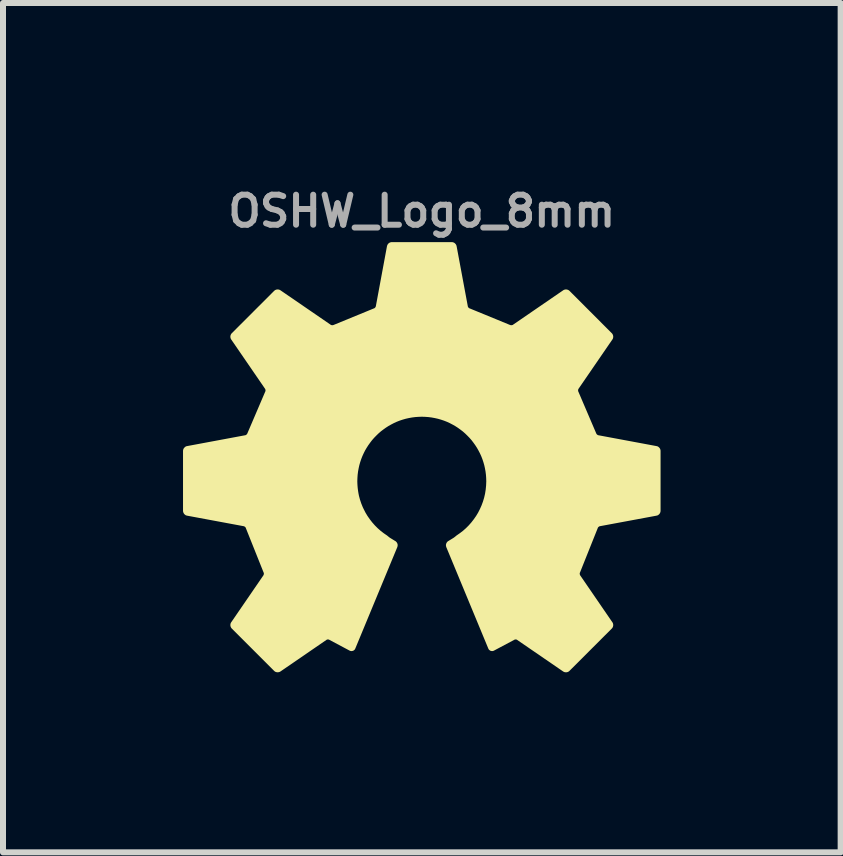
<source format=kicad_pcb>
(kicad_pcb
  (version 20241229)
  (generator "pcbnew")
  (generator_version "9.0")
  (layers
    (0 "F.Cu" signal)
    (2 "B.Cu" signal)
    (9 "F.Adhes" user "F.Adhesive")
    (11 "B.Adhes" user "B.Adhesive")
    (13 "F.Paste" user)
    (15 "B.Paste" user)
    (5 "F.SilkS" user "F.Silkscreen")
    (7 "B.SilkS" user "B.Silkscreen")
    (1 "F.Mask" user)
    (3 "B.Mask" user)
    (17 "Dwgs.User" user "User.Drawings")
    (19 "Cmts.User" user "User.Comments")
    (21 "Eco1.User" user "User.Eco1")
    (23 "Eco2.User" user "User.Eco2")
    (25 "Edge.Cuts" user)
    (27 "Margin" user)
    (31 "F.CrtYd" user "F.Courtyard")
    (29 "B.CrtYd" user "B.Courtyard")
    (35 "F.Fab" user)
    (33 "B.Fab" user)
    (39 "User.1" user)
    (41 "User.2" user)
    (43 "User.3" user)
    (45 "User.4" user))
  (footprint "OSHW_Logo_8mm"
    (layer "F.Cu")
    (at 3.978 4.968)
    (property "Reference" "OSHW_Logo_8mm" (at 0 -4.5 180) (layer "F.Fab") (effects (font (size 0.5 0.5) (thickness 0.1))))
    (attr board_only exclude_from_pos_files exclude_from_bom)
    (fp_poly (pts (xy 0.501 -3.954) (xy 0.504 -3.954) (xy 0.506 -3.954) (xy 0.508 -3.954) (xy 0.51 -3.953) (xy 0.512 -3.952) (xy 0.515 -3.952) (xy 0.517 -3.951) (xy 0.519 -3.95) (xy 0.521 -3.949) (xy 0.523 -3.948) (xy 0.525 -3.947) (xy 0.527 -3.946) (xy 0.529 -3.945) (xy 0.531 -3.943) (xy 0.532 -3.942) (xy 0.534 -3.94) (xy 0.536 -3.939) (xy 0.537 -3.937) (xy 0.539 -3.935) (xy 0.54 -3.934) (xy 0.542 -3.932) (xy 0.543 -3.93) (xy 0.544 -3.928) (xy 0.545 -3.926) (xy 0.547 -3.924) (xy 0.547 -3.922) (xy 0.548 -3.92) (xy 0.549 -3.918) (xy 0.55 -3.916) (xy 0.55 -3.914) (xy 0.551 -3.911) (xy 0.738 -2.908) (xy 0.738 -2.906) (xy 0.739 -2.904) (xy 0.74 -2.899) (xy 0.742 -2.895) (xy 0.744 -2.891) (xy 0.746 -2.886) (xy 0.749 -2.882) (xy 0.752 -2.878) (xy 0.755 -2.874) (xy 0.759 -2.87) (xy 0.763 -2.867) (xy 0.766 -2.863) (xy 0.77 -2.86) (xy 0.774 -2.858) (xy 0.779 -2.855) (xy 0.781 -2.854) (xy 0.783 -2.853) (xy 0.785 -2.852) (xy 0.787 -2.852) (xy 1.459 -2.576) (xy 1.463 -2.575) (xy 1.468 -2.573) (xy 1.473 -2.572) (xy 1.477 -2.571) (xy 1.482 -2.57) (xy 1.487 -2.57) (xy 1.492 -2.57) (xy 1.498 -2.57) (xy 1.503 -2.571) (xy 1.508 -2.571) (xy 1.513 -2.572) (xy 1.518 -2.574) (xy 1.522 -2.575) (xy 1.527 -2.577) (xy 1.531 -2.579) (xy 1.535 -2.582) (xy 2.373 -3.157) (xy 2.374 -3.158) (xy 2.376 -3.159) (xy 2.378 -3.16) (xy 2.38 -3.161) (xy 2.383 -3.162) (xy 2.385 -3.163) (xy 2.387 -3.164) (xy 2.389 -3.164) (xy 2.391 -3.165) (xy 2.393 -3.165) (xy 2.398 -3.165) (xy 2.403 -3.166) (xy 2.407 -3.165) (xy 2.412 -3.165) (xy 2.416 -3.164) (xy 2.42 -3.162) (xy 2.423 -3.162) (xy 2.425 -3.161) (xy 2.427 -3.16) (xy 2.429 -3.159) (xy 2.431 -3.158) (xy 2.433 -3.156) (xy 2.434 -3.155) (xy 2.436 -3.154) (xy 2.438 -3.152) (xy 2.44 -3.151) (xy 3.145 -2.445) (xy 3.147 -2.443) (xy 3.148 -2.442) (xy 3.15 -2.44) (xy 3.151 -2.438) (xy 3.152 -2.436) (xy 3.153 -2.434) (xy 3.155 -2.43) (xy 3.157 -2.426) (xy 3.158 -2.422) (xy 3.159 -2.417) (xy 3.16 -2.413) (xy 3.16 -2.408) (xy 3.16 -2.403) (xy 3.159 -2.399) (xy 3.159 -2.394) (xy 3.157 -2.39) (xy 3.157 -2.388) (xy 3.156 -2.386) (xy 3.155 -2.384) (xy 3.154 -2.382) (xy 3.153 -2.38) (xy 3.151 -2.378) (xy 2.586 -1.555) (xy 2.584 -1.551) (xy 2.582 -1.547) (xy 2.58 -1.542) (xy 2.578 -1.537) (xy 2.577 -1.533) (xy 2.576 -1.528) (xy 2.575 -1.523) (xy 2.575 -1.518) (xy 2.575 -1.513) (xy 2.575 -1.507) (xy 2.575 -1.502) (xy 2.576 -1.498) (xy 2.577 -1.493) (xy 2.578 -1.488) (xy 2.58 -1.484) (xy 2.582 -1.48) (xy 2.879 -0.786) (xy 2.881 -0.782) (xy 2.883 -0.778) (xy 2.885 -0.774) (xy 2.888 -0.769) (xy 2.891 -0.765) (xy 2.894 -0.762) (xy 2.898 -0.758) (xy 2.902 -0.755) (xy 2.906 -0.751) (xy 2.91 -0.748) (xy 2.914 -0.746) (xy 2.919 -0.743) (xy 2.923 -0.741) (xy 2.927 -0.739) (xy 2.932 -0.738) (xy 2.936 -0.737) (xy 3.906 -0.556) (xy 3.906 -0.556) (xy 3.908 -0.556) (xy 3.91 -0.555) (xy 3.913 -0.555) (xy 3.915 -0.554) (xy 3.917 -0.553) (xy 3.919 -0.552) (xy 3.921 -0.551) (xy 3.923 -0.55) (xy 3.926 -0.547) (xy 3.93 -0.544) (xy 3.933 -0.541) (xy 3.936 -0.538) (xy 3.939 -0.534) (xy 3.942 -0.53) (xy 3.944 -0.526) (xy 3.945 -0.524) (xy 3.946 -0.522) (xy 3.946 -0.52) (xy 3.947 -0.518) (xy 3.948 -0.516) (xy 3.948 -0.514) (xy 3.948 -0.511) (xy 3.949 -0.509) (xy 3.949 -0.507) (xy 3.949 -0.505) (xy 3.949 0.493) (xy 3.949 0.496) (xy 3.949 0.498) (xy 3.948 0.5) (xy 3.948 0.502) (xy 3.947 0.505) (xy 3.947 0.507) (xy 3.946 0.509) (xy 3.945 0.511) (xy 3.945 0.513) (xy 3.944 0.515) (xy 3.943 0.517) (xy 3.941 0.519) (xy 3.94 0.521) (xy 3.939 0.523) (xy 3.938 0.525) (xy 3.936 0.527) (xy 3.935 0.528) (xy 3.933 0.53) (xy 3.931 0.532) (xy 3.93 0.533) (xy 3.928 0.535) (xy 3.926 0.536) (xy 3.924 0.537) (xy 3.922 0.539) (xy 3.921 0.54) (xy 3.919 0.541) (xy 3.916 0.542) (xy 3.914 0.543) (xy 3.912 0.544) (xy 3.91 0.544) (xy 3.908 0.545) (xy 3.906 0.545) (xy 2.96 0.721) (xy 2.958 0.722) (xy 2.955 0.722) (xy 2.953 0.723) (xy 2.951 0.724) (xy 2.947 0.725) (xy 2.942 0.728) (xy 2.938 0.73) (xy 2.934 0.733) (xy 2.93 0.736) (xy 2.926 0.739) (xy 2.922 0.743) (xy 2.918 0.746) (xy 2.915 0.75) (xy 2.912 0.754) (xy 2.91 0.758) (xy 2.907 0.762) (xy 2.905 0.767) (xy 2.905 0.769) (xy 2.904 0.771) (xy 2.609 1.509) (xy 2.607 1.513) (xy 2.605 1.517) (xy 2.604 1.522) (xy 2.603 1.527) (xy 2.602 1.532) (xy 2.602 1.537) (xy 2.602 1.542) (xy 2.602 1.547) (xy 2.603 1.552) (xy 2.604 1.557) (xy 2.605 1.562) (xy 2.606 1.567) (xy 2.608 1.571) (xy 2.609 1.576) (xy 2.612 1.58) (xy 2.614 1.584) (xy 3.151 2.367) (xy 3.153 2.369) (xy 3.154 2.371) (xy 3.155 2.373) (xy 3.156 2.375) (xy 3.157 2.377) (xy 3.157 2.379) (xy 3.158 2.381) (xy 3.159 2.383) (xy 3.159 2.386) (xy 3.159 2.388) (xy 3.16 2.392) (xy 3.16 2.397) (xy 3.16 2.401) (xy 3.159 2.406) (xy 3.158 2.41) (xy 3.157 2.415) (xy 3.156 2.417) (xy 3.155 2.419) (xy 3.154 2.421) (xy 3.153 2.423) (xy 3.152 2.425) (xy 3.151 2.427) (xy 3.15 2.429) (xy 3.148 2.431) (xy 3.147 2.432) (xy 3.145 2.434) (xy 2.439 3.14) (xy 2.438 3.141) (xy 2.436 3.143) (xy 2.434 3.144) (xy 2.432 3.145) (xy 2.431 3.147) (xy 2.429 3.148) (xy 2.425 3.15) (xy 2.42 3.151) (xy 2.416 3.153) (xy 2.412 3.154) (xy 2.407 3.154) (xy 2.402 3.154) (xy 2.398 3.154) (xy 2.393 3.154) (xy 2.389 3.153) (xy 2.385 3.152) (xy 2.382 3.151) (xy 2.38 3.15) (xy 2.378 3.149) (xy 2.376 3.148) (xy 2.374 3.147) (xy 2.372 3.146) (xy 1.603 2.618) (xy 1.599 2.616) (xy 1.595 2.613) (xy 1.591 2.612) (xy 1.586 2.61) (xy 1.582 2.609) (xy 1.577 2.608) (xy 1.572 2.607) (xy 1.567 2.607) (xy 1.562 2.607) (xy 1.557 2.607) (xy 1.552 2.608) (xy 1.547 2.609) (xy 1.542 2.61) (xy 1.538 2.611) (xy 1.534 2.613) (xy 1.53 2.615) (xy 1.19 2.796) (xy 1.188 2.797) (xy 1.186 2.798) (xy 1.184 2.799) (xy 1.182 2.8) (xy 1.18 2.8) (xy 1.178 2.801) (xy 1.176 2.801) (xy 1.174 2.801) (xy 1.172 2.801) (xy 1.17 2.801) (xy 1.168 2.801) (xy 1.166 2.801) (xy 1.164 2.8) (xy 1.162 2.8) (xy 1.16 2.799) (xy 1.158 2.799) (xy 1.156 2.798) (xy 1.154 2.797) (xy 1.152 2.796) (xy 1.151 2.795) (xy 1.149 2.794) (xy 1.147 2.793) (xy 1.146 2.791) (xy 1.144 2.79) (xy 1.143 2.789) (xy 1.141 2.787) (xy 1.14 2.785) (xy 1.139 2.784) (xy 1.138 2.782) (xy 1.137 2.78) (xy 1.136 2.778) (xy 1.135 2.776) (xy 0.435 1.086) (xy 0.435 1.084) (xy 0.434 1.082) (xy 0.433 1.08) (xy 0.433 1.077) (xy 0.432 1.075) (xy 0.432 1.073) (xy 0.432 1.071) (xy 0.432 1.069) (xy 0.432 1.066) (xy 0.432 1.064) (xy 0.432 1.062) (xy 0.432 1.06) (xy 0.433 1.057) (xy 0.433 1.055) (xy 0.434 1.053) (xy 0.434 1.051) (xy 0.435 1.049) (xy 0.436 1.047) (xy 0.437 1.045) (xy 0.438 1.043) (xy 0.439 1.041) (xy 0.44 1.039) (xy 0.441 1.037) (xy 0.443 1.035) (xy 0.444 1.033) (xy 0.446 1.031) (xy 0.447 1.03) (xy 0.449 1.028) (xy 0.45 1.027) (xy 0.452 1.025) (xy 0.454 1.024) (xy 0.456 1.023) (xy 0.541 0.971) (xy 0.547 0.967) (xy 0.553 0.963) (xy 0.56 0.958) (xy 0.567 0.952) (xy 0.574 0.947) (xy 0.581 0.941) (xy 0.588 0.936) (xy 0.594 0.93) (xy 0.65 0.891) (xy 0.704 0.85) (xy 0.755 0.805) (xy 0.803 0.757) (xy 0.848 0.706) (xy 0.89 0.652) (xy 0.929 0.596) (xy 0.964 0.538) (xy 0.995 0.477) (xy 1.023 0.414) (xy 1.047 0.349) (xy 1.067 0.283) (xy 1.083 0.214) (xy 1.094 0.144) (xy 1.101 0.073) (xy 1.104 0.000105) (xy 1.102 -0.057) (xy 1.098 -0.113) (xy 1.091 -0.168) (xy 1.081 -0.222) (xy 1.069 -0.276) (xy 1.054 -0.328) (xy 1.037 -0.379) (xy 1.017 -0.43) (xy 0.995 -0.478) (xy 0.97 -0.526) (xy 0.944 -0.572) (xy 0.915 -0.617) (xy 0.884 -0.66) (xy 0.852 -0.702) (xy 0.817 -0.742) (xy 0.78 -0.78) (xy 0.742 -0.817) (xy 0.702 -0.852) (xy 0.66 -0.884) (xy 0.617 -0.915) (xy 0.572 -0.944) (xy 0.526 -0.97) (xy 0.478 -0.995) (xy 0.43 -1.017) (xy 0.379 -1.037) (xy 0.328 -1.054) (xy 0.276 -1.069) (xy 0.222 -1.081) (xy 0.168 -1.091) (xy 0.113 -1.098) (xy 0.057 -1.102) (xy 0.000001 -1.104) (xy -0.057 -1.102) (xy -0.113 -1.098) (xy -0.168 -1.091) (xy -0.222 -1.081) (xy -0.276 -1.069) (xy -0.328 -1.054) (xy -0.379 -1.037) (xy -0.43 -1.017) (xy -0.478 -0.995) (xy -0.526 -0.97) (xy -0.572 -0.944) (xy -0.617 -0.915) (xy -0.66 -0.884) (xy -0.702 -0.852) (xy -0.742 -0.817) (xy -0.78 -0.78) (xy -0.817 -0.742) (xy -0.852 -0.702) (xy -0.884 -0.66) (xy -0.915 -0.617) (xy -0.944 -0.572) (xy -0.971 -0.526) (xy -0.995 -0.478) (xy -1.017 -0.43) (xy -1.037 -0.379) (xy -1.054 -0.328) (xy -1.069 -0.276) (xy -1.081 -0.222) (xy -1.091 -0.168) (xy -1.098 -0.113) (xy -1.102 -0.057) (xy -1.104 0.000105) (xy -1.103 0.037) (xy -1.101 0.073) (xy -1.098 0.109) (xy -1.094 0.144) (xy -1.089 0.179) (xy -1.083 0.214) (xy -1.076 0.249) (xy -1.067 0.283) (xy -1.058 0.316) (xy -1.047 0.349) (xy -1.036 0.382) (xy -1.023 0.414) (xy -1.01 0.446) (xy -0.995 0.477) (xy -0.964 0.538) (xy -0.929 0.596) (xy -0.89 0.652) (xy -0.848 0.706) (xy -0.803 0.757) (xy -0.755 0.805) (xy -0.704 0.85) (xy -0.651 0.891) (xy -0.594 0.93) (xy -0.588 0.936) (xy -0.581 0.941) (xy -0.574 0.947) (xy -0.567 0.952) (xy -0.56 0.958) (xy -0.553 0.963) (xy -0.547 0.967) (xy -0.541 0.971) (xy -0.456 1.023) (xy -0.454 1.024) (xy -0.452 1.025) (xy -0.45 1.027) (xy -0.449 1.028) (xy -0.447 1.03) (xy -0.445 1.031) (xy -0.443 1.035) (xy -0.44 1.039) (xy -0.438 1.043) (xy -0.436 1.047) (xy -0.434 1.051) (xy -0.433 1.055) (xy -0.432 1.06) (xy -0.432 1.064) (xy -0.432 1.069) (xy -0.432 1.073) (xy -0.432 1.075) (xy -0.433 1.077) (xy -0.433 1.08) (xy -0.434 1.082) (xy -0.434 1.084) (xy -0.435 1.086) (xy -1.135 2.776) (xy -1.136 2.778) (xy -1.137 2.78) (xy -1.138 2.782) (xy -1.139 2.784) (xy -1.14 2.785) (xy -1.141 2.787) (xy -1.143 2.789) (xy -1.144 2.79) (xy -1.146 2.791) (xy -1.147 2.793) (xy -1.149 2.794) (xy -1.151 2.795) (xy -1.152 2.796) (xy -1.154 2.797) (xy -1.156 2.798) (xy -1.158 2.799) (xy -1.16 2.799) (xy -1.162 2.8) (xy -1.164 2.8) (xy -1.166 2.801) (xy -1.168 2.801) (xy -1.17 2.801) (xy -1.172 2.801) (xy -1.174 2.801) (xy -1.176 2.801) (xy -1.178 2.801) (xy -1.18 2.8) (xy -1.182 2.8) (xy -1.184 2.799) (xy -1.186 2.798) (xy -1.188 2.797) (xy -1.19 2.796) (xy -1.53 2.615) (xy -1.534 2.613) (xy -1.538 2.611) (xy -1.542 2.61) (xy -1.547 2.609) (xy -1.552 2.608) (xy -1.557 2.607) (xy -1.562 2.607) (xy -1.567 2.607) (xy -1.572 2.607) (xy -1.577 2.608) (xy -1.582 2.609) (xy -1.586 2.61) (xy -1.591 2.612) (xy -1.595 2.613) (xy -1.599 2.615) (xy -1.603 2.618) (xy -2.372 3.146) (xy -2.374 3.147) (xy -2.376 3.148) (xy -2.378 3.149) (xy -2.38 3.15) (xy -2.382 3.151) (xy -2.384 3.152) (xy -2.387 3.152) (xy -2.389 3.153) (xy -2.391 3.153) (xy -2.393 3.154) (xy -2.398 3.154) (xy -2.402 3.154) (xy -2.407 3.154) (xy -2.412 3.153) (xy -2.416 3.153) (xy -2.42 3.151) (xy -2.422 3.15) (xy -2.425 3.15) (xy -2.427 3.149) (xy -2.429 3.148) (xy -2.431 3.146) (xy -2.432 3.145) (xy -2.434 3.144) (xy -2.436 3.143) (xy -2.438 3.141) (xy -2.439 3.14) (xy -3.145 2.434) (xy -3.147 2.432) (xy -3.148 2.431) (xy -3.15 2.429) (xy -3.151 2.427) (xy -3.152 2.425) (xy -3.153 2.423) (xy -3.155 2.419) (xy -3.157 2.415) (xy -3.158 2.41) (xy -3.159 2.406) (xy -3.16 2.401) (xy -3.16 2.397) (xy -3.16 2.392) (xy -3.159 2.388) (xy -3.159 2.383) (xy -3.157 2.379) (xy -3.157 2.377) (xy -3.156 2.375) (xy -3.155 2.373) (xy -3.154 2.371) (xy -3.153 2.369) (xy -3.151 2.367) (xy -2.614 1.584) (xy -2.612 1.58) (xy -2.61 1.576) (xy -2.608 1.571) (xy -2.606 1.567) (xy -2.605 1.562) (xy -2.604 1.557) (xy -2.603 1.552) (xy -2.602 1.547) (xy -2.602 1.542) (xy -2.602 1.537) (xy -2.602 1.532) (xy -2.603 1.527) (xy -2.604 1.522) (xy -2.605 1.517) (xy -2.607 1.513) (xy -2.609 1.509) (xy -2.904 0.771) (xy -2.905 0.769) (xy -2.905 0.767) (xy -2.907 0.762) (xy -2.91 0.758) (xy -2.912 0.754) (xy -2.915 0.75) (xy -2.919 0.746) (xy -2.922 0.743) (xy -2.926 0.739) (xy -2.93 0.736) (xy -2.934 0.733) (xy -2.938 0.73) (xy -2.942 0.728) (xy -2.947 0.725) (xy -2.951 0.724) (xy -2.956 0.722) (xy -2.958 0.722) (xy -2.96 0.721) (xy -3.906 0.545) (xy -3.908 0.545) (xy -3.91 0.544) (xy -3.912 0.543) (xy -3.914 0.543) (xy -3.917 0.542) (xy -3.919 0.541) (xy -3.921 0.54) (xy -3.923 0.539) (xy -3.924 0.537) (xy -3.926 0.536) (xy -3.93 0.533) (xy -3.933 0.53) (xy -3.936 0.527) (xy -3.939 0.523) (xy -3.941 0.519) (xy -3.944 0.515) (xy -3.945 0.511) (xy -3.946 0.509) (xy -3.947 0.507) (xy -3.947 0.505) (xy -3.948 0.502) (xy -3.948 0.5) (xy -3.949 0.498) (xy -3.949 0.496) (xy -3.949 0.493) (xy -3.949 -0.505) (xy -3.949 -0.507) (xy -3.949 -0.509) (xy -3.948 -0.511) (xy -3.948 -0.514) (xy -3.948 -0.516) (xy -3.947 -0.518) (xy -3.946 -0.52) (xy -3.946 -0.522) (xy -3.945 -0.524) (xy -3.944 -0.526) (xy -3.943 -0.528) (xy -3.942 -0.53) (xy -3.94 -0.532) (xy -3.939 -0.534) (xy -3.938 -0.536) (xy -3.936 -0.538) (xy -3.935 -0.54) (xy -3.933 -0.541) (xy -3.932 -0.543) (xy -3.93 -0.544) (xy -3.928 -0.546) (xy -3.926 -0.547) (xy -3.925 -0.549) (xy -3.923 -0.55) (xy -3.921 -0.551) (xy -3.919 -0.552) (xy -3.917 -0.553) (xy -3.915 -0.554) (xy -3.912 -0.555) (xy -3.91 -0.555) (xy -3.908 -0.556) (xy -3.906 -0.556) (xy -2.936 -0.737) (xy -2.934 -0.737) (xy -2.932 -0.738) (xy -2.927 -0.739) (xy -2.923 -0.741) (xy -2.918 -0.743) (xy -2.914 -0.746) (xy -2.91 -0.748) (xy -2.906 -0.751) (xy -2.902 -0.755) (xy -2.898 -0.758) (xy -2.894 -0.762) (xy -2.891 -0.765) (xy -2.888 -0.769) (xy -2.885 -0.774) (xy -2.883 -0.778) (xy -2.881 -0.782) (xy -2.88 -0.784) (xy -2.879 -0.786) (xy -2.582 -1.48) (xy -2.58 -1.484) (xy -2.578 -1.488) (xy -2.577 -1.493) (xy -2.576 -1.498) (xy -2.575 -1.502) (xy -2.575 -1.507) (xy -2.574 -1.513) (xy -2.575 -1.518) (xy -2.575 -1.523) (xy -2.576 -1.528) (xy -2.577 -1.533) (xy -2.578 -1.537) (xy -2.58 -1.542) (xy -2.582 -1.547) (xy -2.584 -1.551) (xy -2.586 -1.555) (xy -3.151 -2.378) (xy -3.152 -2.38) (xy -3.154 -2.382) (xy -3.155 -2.384) (xy -3.156 -2.386) (xy -3.156 -2.388) (xy -3.157 -2.39) (xy -3.158 -2.392) (xy -3.158 -2.394) (xy -3.159 -2.397) (xy -3.159 -2.399) (xy -3.16 -2.403) (xy -3.16 -2.408) (xy -3.16 -2.413) (xy -3.159 -2.417) (xy -3.158 -2.422) (xy -3.157 -2.426) (xy -3.156 -2.428) (xy -3.155 -2.43) (xy -3.154 -2.432) (xy -3.153 -2.434) (xy -3.152 -2.436) (xy -3.151 -2.438) (xy -3.149 -2.44) (xy -3.148 -2.442) (xy -3.147 -2.443) (xy -3.145 -2.445) (xy -2.439 -3.151) (xy -2.438 -3.152) (xy -2.436 -3.154) (xy -2.434 -3.155) (xy -2.432 -3.156) (xy -2.431 -3.158) (xy -2.429 -3.159) (xy -2.424 -3.161) (xy -2.42 -3.162) (xy -2.416 -3.164) (xy -2.411 -3.165) (xy -2.407 -3.165) (xy -2.402 -3.166) (xy -2.398 -3.165) (xy -2.393 -3.165) (xy -2.389 -3.164) (xy -2.384 -3.163) (xy -2.382 -3.162) (xy -2.38 -3.161) (xy -2.378 -3.16) (xy -2.376 -3.159) (xy -2.374 -3.158) (xy -2.372 -3.157) (xy -1.534 -2.582) (xy -1.531 -2.579) (xy -1.526 -2.577) (xy -1.522 -2.575) (xy -1.517 -2.574) (xy -1.513 -2.572) (xy -1.508 -2.571) (xy -1.503 -2.571) (xy -1.497 -2.57) (xy -1.492 -2.57) (xy -1.487 -2.57) (xy -1.482 -2.57) (xy -1.477 -2.571) (xy -1.472 -2.572) (xy -1.468 -2.573) (xy -1.463 -2.575) (xy -1.459 -2.576) (xy -0.787 -2.852) (xy -0.783 -2.853) (xy -0.778 -2.855) (xy -0.774 -2.858) (xy -0.77 -2.86) (xy -0.766 -2.863) (xy -0.762 -2.867) (xy -0.759 -2.87) (xy -0.755 -2.874) (xy -0.752 -2.878) (xy -0.749 -2.882) (xy -0.746 -2.886) (xy -0.744 -2.891) (xy -0.742 -2.895) (xy -0.74 -2.899) (xy -0.738 -2.904) (xy -0.737 -2.908) (xy -0.551 -3.911) (xy -0.55 -3.914) (xy -0.55 -3.916) (xy -0.549 -3.918) (xy -0.548 -3.92) (xy -0.547 -3.922) (xy -0.546 -3.924) (xy -0.545 -3.926) (xy -0.544 -3.928) (xy -0.543 -3.93) (xy -0.542 -3.932) (xy -0.539 -3.935) (xy -0.536 -3.939) (xy -0.532 -3.942) (xy -0.529 -3.945) (xy -0.525 -3.947) (xy -0.521 -3.949) (xy -0.519 -3.95) (xy -0.517 -3.951) (xy -0.514 -3.952) (xy -0.512 -3.952) (xy -0.51 -3.953) (xy -0.508 -3.954) (xy -0.506 -3.954) (xy -0.503 -3.954) (xy -0.501 -3.954) (xy -0.499 -3.954) (xy 0.499 -3.954)) (stroke (width 0.059) (type solid)) (fill yes) (layer "F.SilkS")))
  (gr_rect
    (start -3 -3)
    (end 10.957 11.152)
    (stroke (width 0.1) (type default))
    (fill no)
    (layer "Edge.Cuts")))
</source>
